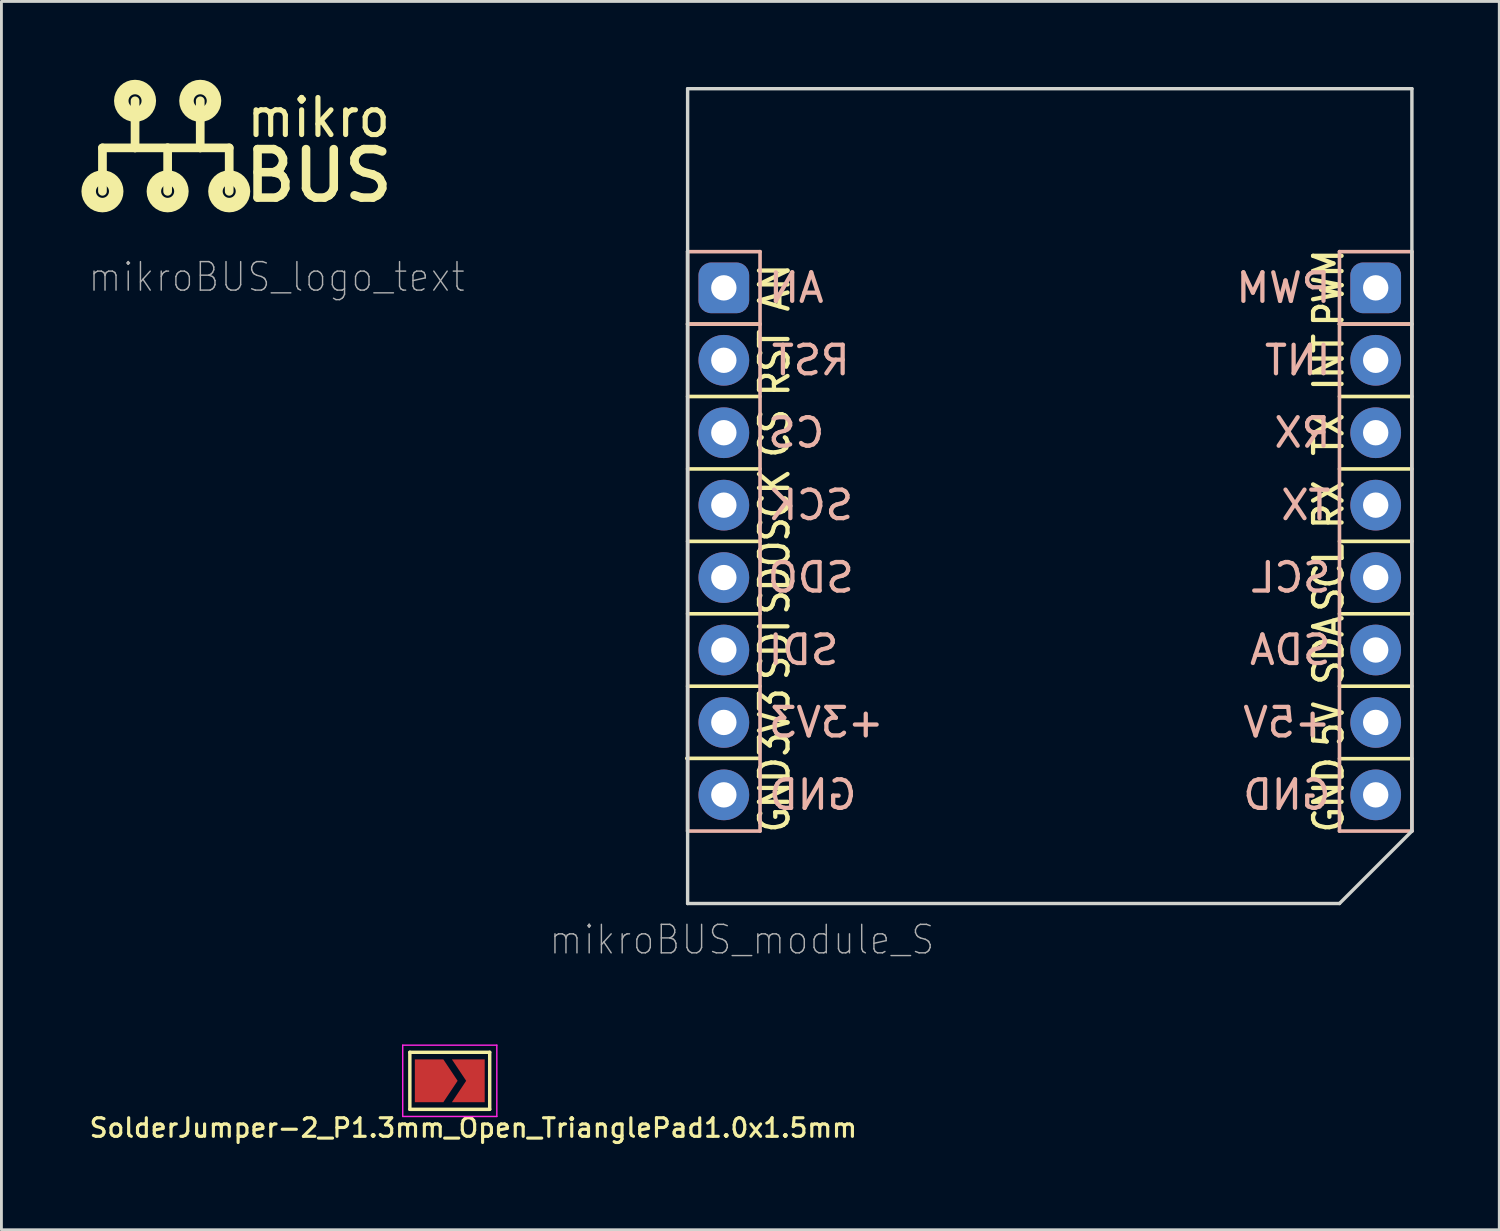
<source format=kicad_pcb>
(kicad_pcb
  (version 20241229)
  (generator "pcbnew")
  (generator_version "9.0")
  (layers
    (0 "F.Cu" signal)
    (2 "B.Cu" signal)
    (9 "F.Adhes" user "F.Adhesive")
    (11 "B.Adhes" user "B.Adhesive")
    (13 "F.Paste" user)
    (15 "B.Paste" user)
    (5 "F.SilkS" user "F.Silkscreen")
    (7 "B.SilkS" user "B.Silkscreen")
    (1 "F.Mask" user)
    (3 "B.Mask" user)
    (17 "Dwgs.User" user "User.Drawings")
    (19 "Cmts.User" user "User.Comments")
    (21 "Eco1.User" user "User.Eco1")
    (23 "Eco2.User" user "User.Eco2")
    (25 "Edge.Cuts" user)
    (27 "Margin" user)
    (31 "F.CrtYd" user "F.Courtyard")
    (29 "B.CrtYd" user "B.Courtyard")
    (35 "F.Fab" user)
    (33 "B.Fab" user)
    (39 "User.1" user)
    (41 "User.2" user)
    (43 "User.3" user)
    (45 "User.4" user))
  (footprint "mikroBUS_logo_text"
    (layer "F.Cu")
    (at 2.794 3.616)
    (property "Reference" "mikroBUS_logo_text" (at -2.794 3.048 0) (layer "F.Fab") (effects (font (size 1 0.9) (thickness 0.05)) (justify left)))
    (attr exclude_from_pos_files exclude_from_bom)
    (fp_line (start -2.251 -1.48) (end -2.251 0.044) (stroke (width 0.305) (type solid)) (layer "F.SilkS"))
    (fp_line (start -1.108 -1.48) (end -2.251 -1.48) (stroke (width 0.305) (type solid)) (layer "F.SilkS"))
    (fp_line (start -1.108 -1.48) (end -1.108 -3.131) (stroke (width 0.305) (type solid)) (layer "F.SilkS"))
    (fp_line (start 0.035 -1.48) (end -1.108 -1.48) (stroke (width 0.305) (type solid)) (layer "F.SilkS"))
    (fp_line (start 0.035 -1.48) (end 0.035 0.044) (stroke (width 0.305) (type solid)) (layer "F.SilkS"))
    (fp_line (start 1.178 -1.48) (end 0.035 -1.48) (stroke (width 0.305) (type solid)) (layer "F.SilkS"))
    (fp_line (start 1.178 -1.48) (end 1.178 -3.131) (stroke (width 0.305) (type solid)) (layer "F.SilkS"))
    (fp_line (start 2.194 -1.48) (end 1.178 -1.48) (stroke (width 0.305) (type solid)) (layer "F.SilkS"))
    (fp_line (start 2.194 -1.48) (end 2.194 0.044) (stroke (width 0.305) (type solid)) (layer "F.SilkS"))
    (fp_circle (center -2.251 0.044) (end -2.022 0.044) (stroke (width 0.508) (type solid)) (fill no) (layer "F.SilkS"))
    (fp_circle (center -1.108 -3.131) (end -0.879 -3.131) (stroke (width 0.508) (type solid)) (fill no) (layer "F.SilkS"))
    (fp_circle (center 0.035 0.044) (end 0.264 0.044) (stroke (width 0.508) (type solid)) (fill no) (layer "F.SilkS"))
    (fp_circle (center 1.178 -3.131) (end 1.407 -3.131) (stroke (width 0.508) (type solid)) (fill no) (layer "F.SilkS"))
    (fp_circle (center 2.194 0.044) (end 2.423 0.044) (stroke (width 0.508) (type solid)) (fill no) (layer "F.SilkS"))
    (fp_text user "BUS" (at 5.334 -0.508 0) (layer "F.SilkS") (effects (font (size 1.7 1.7) (thickness 0.3))))
    (fp_text user "mikro" (at 5.334 -2.54 0) (layer "F.SilkS") (effects (font (size 1.3 1.2) (thickness 0.18)))))
  (footprint "SolderJumper-2_P1.3mm_Open_TrianglePad1.0x1.5mm"
    (layer "F.Cu")
    (at 12.723 34.853)
    (property "Reference" "SolderJumper-2_P1.3mm_Open_TrianglePad1.0x1.5mm" (at 0.826 1.651 0) (layer "F.SilkS") (effects (font (size 0.65 0.65) (thickness 0.11))))
    (attr exclude_from_pos_files exclude_from_bom)
    (fp_line (start -1.4 -1) (end 1.4 -1) (stroke (width 0.12) (type solid)) (layer "F.SilkS"))
    (fp_line (start -1.4 1) (end -1.4 -1) (stroke (width 0.12) (type solid)) (layer "F.SilkS"))
    (fp_line (start 1.4 -1) (end 1.4 1) (stroke (width 0.12) (type solid)) (layer "F.SilkS"))
    (fp_line (start 1.4 1) (end -1.4 1) (stroke (width 0.12) (type solid)) (layer "F.SilkS"))
    (fp_line (start -1.65 -1.25) (end -1.65 1.25) (stroke (width 0.05) (type solid)) (layer "F.CrtYd"))
    (fp_line (start -1.65 -1.25) (end 1.65 -1.25) (stroke (width 0.05) (type solid)) (layer "F.CrtYd"))
    (fp_line (start 1.65 1.25) (end -1.65 1.25) (stroke (width 0.05) (type solid)) (layer "F.CrtYd"))
    (fp_line (start 1.65 1.25) (end 1.65 -1.25) (stroke (width 0.05) (type solid)) (layer "F.CrtYd"))
    (pad "1" smd custom (at -0.725 0) (size 0.3 0.3) (layers "F.Cu" "F.Mask") (options (anchor rect)) (primitives (gr_poly (pts (xy -0.5 -0.75) (xy 0.5 -0.75) (xy 1 0) (xy 0.5 0.75) (xy -0.5 0.75)) (width 0) (fill yes))))
    (pad "2" smd custom (at 0.725 0) (size 0.3 0.3) (layers "F.Cu" "F.Mask") (options (anchor rect)) (primitives (gr_poly (pts (xy -0.65 -0.75) (xy 0.5 -0.75) (xy 0.5 0.75) (xy -0.65 0.75) (xy -0.15 0)) (width 0) (fill yes)))))
  (footprint "mikroBUS_module_S"
    (layer "F.Cu")
    (at 22.334 7.045)
    (property "Reference" "mikroBUS_module_S" (at 0.635 22.86 0) (layer "F.Fab") (effects (font (size 1 0.9) (thickness 0.05))))
    (attr through_hole exclude_from_pos_files exclude_from_bom allow_missing_courtyard)
    (fp_line (start -1.3 16.5) (end 1.24 16.5) (stroke (width 0.127) (type solid)) (layer "F.SilkS"))
    (fp_line (start -1.27 1.27) (end 1.27 1.27) (stroke (width 0.127) (type solid)) (layer "F.SilkS"))
    (fp_line (start -1.27 3.81) (end 1.27 3.81) (stroke (width 0.127) (type solid)) (layer "F.SilkS"))
    (fp_line (start -1.27 6.35) (end 1.27 6.35) (stroke (width 0.127) (type solid)) (layer "F.SilkS"))
    (fp_line (start -1.27 8.89) (end 1.27 8.89) (stroke (width 0.127) (type solid)) (layer "F.SilkS"))
    (fp_line (start -1.27 11.43) (end 1.27 11.43) (stroke (width 0.127) (type solid)) (layer "F.SilkS"))
    (fp_line (start -1.27 13.97) (end 1.27 13.97) (stroke (width 0.127) (type solid)) (layer "F.SilkS"))
    (fp_line (start 21.59 1.27) (end 24.13 1.27) (stroke (width 0.127) (type solid)) (layer "F.SilkS"))
    (fp_line (start 21.59 3.81) (end 24.13 3.81) (stroke (width 0.127) (type solid)) (layer "F.SilkS"))
    (fp_line (start 21.59 6.35) (end 24.13 6.35) (stroke (width 0.127) (type solid)) (layer "F.SilkS"))
    (fp_line (start 21.59 8.89) (end 24.13 8.89) (stroke (width 0.127) (type solid)) (layer "F.SilkS"))
    (fp_line (start 21.59 11.43) (end 24.13 11.43) (stroke (width 0.127) (type solid)) (layer "F.SilkS"))
    (fp_line (start 21.59 13.97) (end 24.13 13.97) (stroke (width 0.127) (type solid)) (layer "F.SilkS"))
    (fp_line (start 21.59 16.51) (end 24.13 16.51) (stroke (width 0.127) (type solid)) (layer "F.SilkS"))
    (fp_line (start -1.27 -1.27) (end -1.27 1.27) (stroke (width 0.127) (type solid)) (layer "B.SilkS"))
    (fp_line (start -1.27 1.27) (end -1.27 19.05) (stroke (width 0.127) (type solid)) (layer "B.SilkS"))
    (fp_line (start -1.27 1.27) (end 1.27 1.27) (stroke (width 0.127) (type solid)) (layer "B.SilkS"))
    (fp_line (start -1.27 19.05) (end 1.27 19.05) (stroke (width 0.127) (type solid)) (layer "B.SilkS"))
    (fp_line (start 1.27 -1.27) (end -1.27 -1.27) (stroke (width 0.127) (type solid)) (layer "B.SilkS"))
    (fp_line (start 1.27 1.27) (end 1.27 -1.27) (stroke (width 0.127) (type solid)) (layer "B.SilkS"))
    (fp_line (start 1.27 19.05) (end 1.27 1.27) (stroke (width 0.127) (type solid)) (layer "B.SilkS"))
    (fp_line (start 21.59 -1.27) (end 21.59 1.27) (stroke (width 0.127) (type solid)) (layer "B.SilkS"))
    (fp_line (start 21.59 -1.27) (end 24.13 -1.27) (stroke (width 0.127) (type solid)) (layer "B.SilkS"))
    (fp_line (start 21.59 1.27) (end 21.59 19.05) (stroke (width 0.127) (type solid)) (layer "B.SilkS"))
    (fp_line (start 21.59 1.27) (end 24.13 1.27) (stroke (width 0.127) (type solid)) (layer "B.SilkS"))
    (fp_line (start 21.59 19.05) (end 24.13 19.05) (stroke (width 0.127) (type solid)) (layer "B.SilkS"))
    (fp_line (start 24.13 -1.27) (end 24.13 19.05) (stroke (width 0.127) (type solid)) (layer "B.SilkS"))
    (fp_line (start -1.27 -6.985) (end 24.13 -6.985) (stroke (width 0.12) (type default)) (layer "Edge.Cuts"))
    (fp_line (start -1.27 21.59) (end -1.27 -6.985) (stroke (width 0.12) (type default)) (layer "Edge.Cuts"))
    (fp_line (start 21.59 21.59) (end -1.27 21.59) (stroke (width 0.12) (type default)) (layer "Edge.Cuts"))
    (fp_line (start 21.59 21.59) (end 24.13 19.05) (stroke (width 0.12) (type default)) (layer "Edge.Cuts"))
    (fp_line (start 24.13 -6.985) (end 24.13 19.05) (stroke (width 0.12) (type default)) (layer "Edge.Cuts"))
    (fp_line (start -1.27 -6.985) (end 24.13 -6.985) (stroke (width 0.12) (type default)) (layer "Margin"))
    (fp_line (start -1.27 21.59) (end -1.27 -6.985) (stroke (width 0.12) (type default)) (layer "Margin"))
    (fp_line (start 21.59 21.59) (end -1.27 21.59) (stroke (width 0.12) (type default)) (layer "Margin"))
    (fp_line (start 24.13 -6.985) (end 24.13 19.05) (stroke (width 0.12) (type default)) (layer "Margin"))
    (fp_line (start 24.13 19.05) (end 21.59 21.59) (stroke (width 0.12) (type default)) (layer "Margin"))
    (fp_text user "AN" (at 1.778 0 90) (layer "F.SilkS") (effects (font (size 1 0.85) (thickness 0.15))))
    (fp_text user "TX" (at 21.209 5.141 90) (layer "F.SilkS") (effects (font (size 1 0.85) (thickness 0.15) (bold yes))))
    (fp_text user "CS" (at 1.778 5.1 90) (layer "F.SilkS") (effects (font (size 1 0.85) (thickness 0.15))))
    (fp_text user "PWM" (at 21.209 0 90) (layer "F.SilkS") (effects (font (size 1 0.8) (thickness 0.15) (bold yes))))
    (fp_text user "GND" (at 1.778 17.78 90) (layer "F.SilkS") (effects (font (size 1 0.85) (thickness 0.15) (bold yes))))
    (fp_text user "SDA" (at 21.209 12.7 90) (layer "F.SilkS") (effects (font (size 1 0.85) (thickness 0.15) (bold yes))))
    (fp_text user "SCK" (at 1.778 7.62 90) (layer "F.SilkS") (effects (font (size 1 0.85) (thickness 0.15))))
    (fp_text user "GND" (at 21.209 17.78 90) (layer "F.SilkS") (effects (font (size 1 0.85) (thickness 0.15) (bold yes))))
    (fp_text user "5V" (at 21.209 15.3 90) (layer "F.SilkS") (effects (font (size 1 0.85) (thickness 0.15) (bold yes))))
    (fp_text user "SDO" (at 1.778 10.16 90) (layer "F.SilkS") (effects (font (size 1 0.85) (thickness 0.15))))
    (fp_text user "3V3" (at 1.778 15.24 90) (layer "F.SilkS") (effects (font (size 1 0.85) (thickness 0.15) (bold yes))))
    (fp_text user "SCL" (at 21.209 10.16 90) (layer "F.SilkS") (effects (font (size 1 0.85) (thickness 0.15) (bold yes))))
    (fp_text user "RST" (at 1.778 2.624 90) (layer "F.SilkS") (effects (font (size 1 0.85) (thickness 0.15))))
    (fp_text user "INT" (at 21.209 2.6 90) (layer "F.SilkS") (effects (font (size 1 0.85) (thickness 0.15) (bold yes))))
    (fp_text user "SDI" (at 1.778 12.7 90) (layer "F.SilkS") (effects (font (size 1 0.85) (thickness 0.15) (bold yes))))
    (fp_text user "RX" (at 21.209 7.6 90) (layer "F.SilkS") (effects (font (size 1 0.85) (thickness 0.15) (bold yes))))
    (fp_text user "AN" (at 2.54 0 0) (layer "B.SilkS") (effects (font (size 1 1) (thickness 0.15)) (justify mirror)))
    (fp_text user "SDA" (at 19.863 12.7 0) (layer "B.SilkS") (effects (font (size 1 1) (thickness 0.15)) (justify mirror)))
    (fp_text user "GND" (at 3.12 17.78 0) (layer "B.SilkS") (effects (font (size 1 1) (thickness 0.15)) (justify mirror)))
    (fp_text user "TX" (at 20.411 7.62 0) (layer "B.SilkS") (effects (font (size 1 1) (thickness 0.15)) (justify mirror)))
    (fp_text user "PWM" (at 19.625 0 0) (layer "B.SilkS") (effects (font (size 1 1) (thickness 0.15)) (justify mirror)))
    (fp_text user "RX" (at 20.291 5.08 0) (layer "B.SilkS") (effects (font (size 1 1) (thickness 0.15)) (justify mirror)))
    (fp_text user "+3V3" (at 3.596 15.24 0) (layer "B.SilkS") (effects (font (size 1 1) (thickness 0.15)) (justify mirror)))
    (fp_text user "SCK" (at 3.048 7.62 0) (layer "B.SilkS") (effects (font (size 1 1) (thickness 0.15)) (justify mirror)))
    (fp_text user "GND" (at 19.744 17.78 0) (layer "B.SilkS") (effects (font (size 1 1) (thickness 0.15)) (justify mirror)))
    (fp_text user "RST" (at 3.048 2.54 0) (layer "B.SilkS") (effects (font (size 1 1) (thickness 0.15)) (justify mirror)))
    (fp_text user "CS" (at 2.54 5.08 0) (layer "B.SilkS") (effects (font (size 1 1) (thickness 0.15)) (justify mirror)))
    (fp_text user "SDI" (at 2.794 12.7 0) (layer "B.SilkS") (effects (font (size 1 1) (thickness 0.15)) (justify mirror)))
    (fp_text user "INT" (at 20.125 2.54 0) (layer "B.SilkS") (effects (font (size 1 1) (thickness 0.15)) (justify mirror)))
    (fp_text user "SCL" (at 19.887 10.16 0) (layer "B.SilkS") (effects (font (size 1 1) (thickness 0.15)) (justify mirror)))
    (fp_text user "SDO" (at 3.048 10.16 0) (layer "B.SilkS") (effects (font (size 1 1) (thickness 0.15)) (justify mirror)))
    (fp_text user "+5V" (at 19.744 15.24 0) (layer "B.SilkS") (effects (font (size 1 1) (thickness 0.15)) (justify mirror)))
    (pad "P1" thru_hole roundrect (at 0 0) (size 1.778 1.778) (drill 0.889) (layers "*.Cu" "*.Mask") (roundrect_rratio 0.25))
    (pad "P2" thru_hole circle (at 0 2.54) (size 1.778 1.778) (drill 0.889) (layers "*.Cu" "*.Mask"))
    (pad "P3" thru_hole circle (at 0 5.08) (size 1.778 1.778) (drill 0.889) (layers "*.Cu" "*.Mask"))
    (pad "P4" thru_hole circle (at 0 7.62) (size 1.778 1.778) (drill 0.889) (layers "*.Cu" "*.Mask"))
    (pad "P5" thru_hole circle (at 0 10.16) (size 1.778 1.778) (drill 0.889) (layers "*.Cu" "*.Mask"))
    (pad "P6" thru_hole circle (at 0 12.7) (size 1.778 1.778) (drill 0.889) (layers "*.Cu" "*.Mask"))
    (pad "P7" thru_hole circle (at 0 15.24) (size 1.778 1.778) (drill 0.889) (layers "*.Cu" "*.Mask"))
    (pad "P8" thru_hole circle (at 0 17.78) (size 1.778 1.778) (drill 0.889) (layers "*.Cu" "*.Mask"))
    (pad "P9" thru_hole circle (at 22.86 17.78) (size 1.778 1.778) (drill 0.889) (layers "*.Cu" "*.Mask"))
    (pad "P10" thru_hole circle (at 22.86 15.24) (size 1.778 1.778) (drill 0.889) (layers "*.Cu" "*.Mask"))
    (pad "P11" thru_hole circle (at 22.86 12.7) (size 1.778 1.778) (drill 0.889) (layers "*.Cu" "*.Mask"))
    (pad "P12" thru_hole circle (at 22.86 10.16) (size 1.778 1.778) (drill 0.889) (layers "*.Cu" "*.Mask"))
    (pad "P13" thru_hole circle (at 22.86 7.62) (size 1.778 1.778) (drill 0.889) (layers "*.Cu" "*.Mask"))
    (pad "P14" thru_hole circle (at 22.86 5.08) (size 1.778 1.778) (drill 0.889) (layers "*.Cu" "*.Mask"))
    (pad "P15" thru_hole circle (at 22.86 2.54) (size 1.778 1.778) (drill 0.889) (layers "*.Cu" "*.Mask"))
    (pad "P16" thru_hole roundrect (at 22.86 0) (size 1.778 1.778) (drill 0.889) (layers "*.Cu" "*.Mask") (roundrect_rratio 0.25)))
  (gr_rect
    (start -3 -3)
    (end 49.528 40.077)
    (stroke (width 0.1) (type default))
    (fill no)
    (layer "Edge.Cuts")))
</source>
